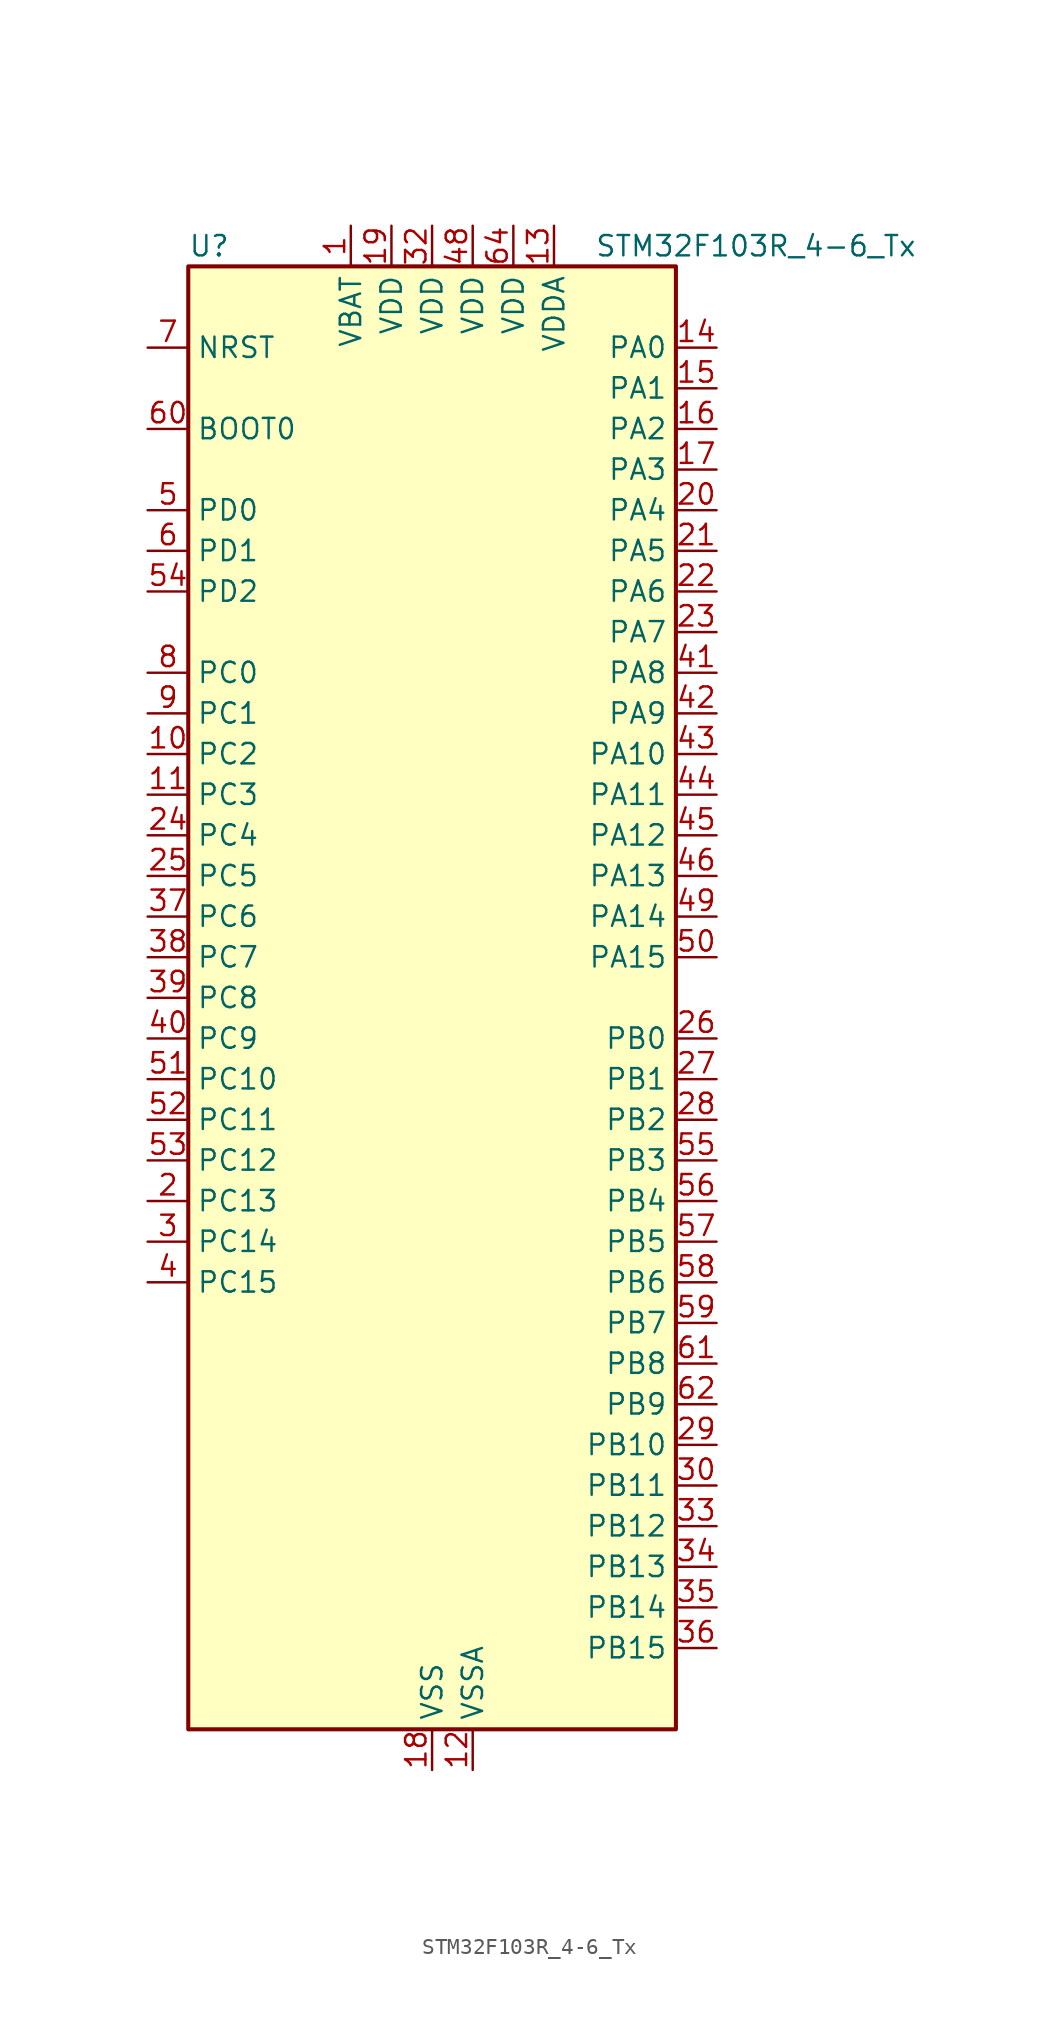
<source format=kicad_sym>
(kicad_symbol_lib
  (version 20241209)
  (generator "kicad_symbol_editor")
  (generator_version "9.0")
  (symbol "STM32F103R_4-6_Tx"
    (property "Reference" "U"
      (at -15.24 46.99 0)
      (effects (font (size 1.27 1.27)) (justify left)))
    (property "Value" "STM32F103R_4-6_Tx"
      (at 10.16 46.99 0)
      (effects (font (size 1.27 1.27)) (justify left)))
    (symbol "STM32F103R_4-6_Tx_0_1"
      (rectangle (start -15.24 -45.72) (end 15.24 45.72) (stroke (width 0.254) (type default)) (fill (type background))))
    (symbol "STM32F103R_4-6_Tx_1_1"
      (pin input line (at -17.78 40.64 0) (length 2.54) (name "NRST" (effects (font (size 1.27 1.27)))) (number "7" (effects (font (size 1.27 1.27)))))
      (pin input line (at -17.78 35.56 0) (length 2.54) (name "BOOT0" (effects (font (size 1.27 1.27)))) (number "60" (effects (font (size 1.27 1.27)))))
      (pin bidirectional line (at -17.78 30.48 0) (length 2.54) (name "PD0" (effects (font (size 1.27 1.27)))) (number "5" (effects (font (size 1.27 1.27)))) (alternate "RCC_OSC_IN" bidirectional line))
      (pin bidirectional line (at -17.78 27.94 0) (length 2.54) (name "PD1" (effects (font (size 1.27 1.27)))) (number "6" (effects (font (size 1.27 1.27)))) (alternate "RCC_OSC_OUT" bidirectional line))
      (pin bidirectional line (at -17.78 25.4 0) (length 2.54) (name "PD2" (effects (font (size 1.27 1.27)))) (number "54" (effects (font (size 1.27 1.27)))) (alternate "TIM3_ETR" bidirectional line))
      (pin bidirectional line (at -17.78 20.32 0) (length 2.54) (name "PC0" (effects (font (size 1.27 1.27)))) (number "8" (effects (font (size 1.27 1.27)))) (alternate "ADC1_IN10" bidirectional line) (alternate "ADC2_IN10" bidirectional line))
      (pin bidirectional line (at -17.78 17.78 0) (length 2.54) (name "PC1" (effects (font (size 1.27 1.27)))) (number "9" (effects (font (size 1.27 1.27)))) (alternate "ADC1_IN11" bidirectional line) (alternate "ADC2_IN11" bidirectional line))
      (pin bidirectional line (at -17.78 15.24 0) (length 2.54) (name "PC2" (effects (font (size 1.27 1.27)))) (number "10" (effects (font (size 1.27 1.27)))) (alternate "ADC1_IN12" bidirectional line) (alternate "ADC2_IN12" bidirectional line))
      (pin bidirectional line (at -17.78 12.7 0) (length 2.54) (name "PC3" (effects (font (size 1.27 1.27)))) (number "11" (effects (font (size 1.27 1.27)))) (alternate "ADC1_IN13" bidirectional line) (alternate "ADC2_IN13" bidirectional line))
      (pin bidirectional line (at -17.78 10.16 0) (length 2.54) (name "PC4" (effects (font (size 1.27 1.27)))) (number "24" (effects (font (size 1.27 1.27)))) (alternate "ADC1_IN14" bidirectional line) (alternate "ADC2_IN14" bidirectional line))
      (pin bidirectional line (at -17.78 7.62 0) (length 2.54) (name "PC5" (effects (font (size 1.27 1.27)))) (number "25" (effects (font (size 1.27 1.27)))) (alternate "ADC1_IN15" bidirectional line) (alternate "ADC2_IN15" bidirectional line))
      (pin bidirectional line (at -17.78 5.08 0) (length 2.54) (name "PC6" (effects (font (size 1.27 1.27)))) (number "37" (effects (font (size 1.27 1.27)))) (alternate "TIM3_CH1" bidirectional line))
      (pin bidirectional line (at -17.78 2.54 0) (length 2.54) (name "PC7" (effects (font (size 1.27 1.27)))) (number "38" (effects (font (size 1.27 1.27)))) (alternate "TIM3_CH2" bidirectional line))
      (pin bidirectional line (at -17.78 0 0) (length 2.54) (name "PC8" (effects (font (size 1.27 1.27)))) (number "39" (effects (font (size 1.27 1.27)))) (alternate "TIM3_CH3" bidirectional line))
      (pin bidirectional line (at -17.78 -2.54 0) (length 2.54) (name "PC9" (effects (font (size 1.27 1.27)))) (number "40" (effects (font (size 1.27 1.27)))) (alternate "TIM3_CH4" bidirectional line))
      (pin bidirectional line (at -17.78 -5.08 0) (length 2.54) (name "PC10" (effects (font (size 1.27 1.27)))) (number "51" (effects (font (size 1.27 1.27)))))
      (pin bidirectional line (at -17.78 -7.62 0) (length 2.54) (name "PC11" (effects (font (size 1.27 1.27)))) (number "52" (effects (font (size 1.27 1.27)))) (alternate "ADC1_EXTI11" bidirectional line) (alternate "ADC2_EXTI11" bidirectional line))
      (pin bidirectional line (at -17.78 -10.16 0) (length 2.54) (name "PC12" (effects (font (size 1.27 1.27)))) (number "53" (effects (font (size 1.27 1.27)))))
      (pin bidirectional line (at -17.78 -12.7 0) (length 2.54) (name "PC13" (effects (font (size 1.27 1.27)))) (number "2" (effects (font (size 1.27 1.27)))) (alternate "RTC_OUT" bidirectional line) (alternate "RTC_TAMPER" bidirectional line))
      (pin bidirectional line (at -17.78 -15.24 0) (length 2.54) (name "PC14" (effects (font (size 1.27 1.27)))) (number "3" (effects (font (size 1.27 1.27)))) (alternate "RCC_OSC32_IN" bidirectional line))
      (pin bidirectional line (at -17.78 -17.78 0) (length 2.54) (name "PC15" (effects (font (size 1.27 1.27)))) (number "4" (effects (font (size 1.27 1.27)))) (alternate "ADC1_EXTI15" bidirectional line) (alternate "ADC2_EXTI15" bidirectional line) (alternate "RCC_OSC32_OUT" bidirectional line))
      (pin power_in line (at -5.08 48.26 270) (length 2.54) (name "VBAT" (effects (font (size 1.27 1.27)))) (number "1" (effects (font (size 1.27 1.27)))))
      (pin power_in line (at -2.54 48.26 270) (length 2.54) (name "VDD" (effects (font (size 1.27 1.27)))) (number "19" (effects (font (size 1.27 1.27)))))
      (pin power_in line (at 0 48.26 270) (length 2.54) (name "VDD" (effects (font (size 1.27 1.27)))) (number "32" (effects (font (size 1.27 1.27)))))
      (pin power_in line (at 0 -48.26 90) (length 2.54) (name "VSS" (effects (font (size 1.27 1.27)))) (number "18" (effects (font (size 1.27 1.27)))))
      (pin passive line (at 0 -48.26 90) (length 2.54) (hide yes) (name "VSS" (effects (font (size 1.27 1.27)))) (number "31" (effects (font (size 1.27 1.27)))))
      (pin passive line (at 0 -48.26 90) (length 2.54) (hide yes) (name "VSS" (effects (font (size 1.27 1.27)))) (number "47" (effects (font (size 1.27 1.27)))))
      (pin passive line (at 0 -48.26 90) (length 2.54) (hide yes) (name "VSS" (effects (font (size 1.27 1.27)))) (number "63" (effects (font (size 1.27 1.27)))))
      (pin power_in line (at 2.54 48.26 270) (length 2.54) (name "VDD" (effects (font (size 1.27 1.27)))) (number "48" (effects (font (size 1.27 1.27)))))
      (pin power_in line (at 2.54 -48.26 90) (length 2.54) (name "VSSA" (effects (font (size 1.27 1.27)))) (number "12" (effects (font (size 1.27 1.27)))))
      (pin power_in line (at 5.08 48.26 270) (length 2.54) (name "VDD" (effects (font (size 1.27 1.27)))) (number "64" (effects (font (size 1.27 1.27)))))
      (pin power_in line (at 7.62 48.26 270) (length 2.54) (name "VDDA" (effects (font (size 1.27 1.27)))) (number "13" (effects (font (size 1.27 1.27)))))
      (pin bidirectional line (at 17.78 40.64 180) (length 2.54) (name "PA0" (effects (font (size 1.27 1.27)))) (number "14" (effects (font (size 1.27 1.27)))) (alternate "ADC1_IN0" bidirectional line) (alternate "ADC2_IN0" bidirectional line) (alternate "SYS_WKUP" bidirectional line) (alternate "TIM2_CH1" bidirectional line) (alternate "TIM2_ETR" bidirectional line) (alternate "USART2_CTS" bidirectional line))
      (pin bidirectional line (at 17.78 38.1 180) (length 2.54) (name "PA1" (effects (font (size 1.27 1.27)))) (number "15" (effects (font (size 1.27 1.27)))) (alternate "ADC1_IN1" bidirectional line) (alternate "ADC2_IN1" bidirectional line) (alternate "TIM2_CH2" bidirectional line) (alternate "USART2_RTS" bidirectional line))
      (pin bidirectional line (at 17.78 35.56 180) (length 2.54) (name "PA2" (effects (font (size 1.27 1.27)))) (number "16" (effects (font (size 1.27 1.27)))) (alternate "ADC1_IN2" bidirectional line) (alternate "ADC2_IN2" bidirectional line) (alternate "TIM2_CH3" bidirectional line) (alternate "USART2_TX" bidirectional line))
      (pin bidirectional line (at 17.78 33.02 180) (length 2.54) (name "PA3" (effects (font (size 1.27 1.27)))) (number "17" (effects (font (size 1.27 1.27)))) (alternate "ADC1_IN3" bidirectional line) (alternate "ADC2_IN3" bidirectional line) (alternate "TIM2_CH4" bidirectional line) (alternate "USART2_RX" bidirectional line))
      (pin bidirectional line (at 17.78 30.48 180) (length 2.54) (name "PA4" (effects (font (size 1.27 1.27)))) (number "20" (effects (font (size 1.27 1.27)))) (alternate "ADC1_IN4" bidirectional line) (alternate "ADC2_IN4" bidirectional line) (alternate "SPI1_NSS" bidirectional line) (alternate "USART2_CK" bidirectional line))
      (pin bidirectional line (at 17.78 27.94 180) (length 2.54) (name "PA5" (effects (font (size 1.27 1.27)))) (number "21" (effects (font (size 1.27 1.27)))) (alternate "ADC1_IN5" bidirectional line) (alternate "ADC2_IN5" bidirectional line) (alternate "SPI1_SCK" bidirectional line))
      (pin bidirectional line (at 17.78 25.4 180) (length 2.54) (name "PA6" (effects (font (size 1.27 1.27)))) (number "22" (effects (font (size 1.27 1.27)))) (alternate "ADC1_IN6" bidirectional line) (alternate "ADC2_IN6" bidirectional line) (alternate "SPI1_MISO" bidirectional line) (alternate "TIM1_BKIN" bidirectional line) (alternate "TIM3_CH1" bidirectional line))
      (pin bidirectional line (at 17.78 22.86 180) (length 2.54) (name "PA7" (effects (font (size 1.27 1.27)))) (number "23" (effects (font (size 1.27 1.27)))) (alternate "ADC1_IN7" bidirectional line) (alternate "ADC2_IN7" bidirectional line) (alternate "SPI1_MOSI" bidirectional line) (alternate "TIM1_CH1N" bidirectional line) (alternate "TIM3_CH2" bidirectional line))
      (pin bidirectional line (at 17.78 20.32 180) (length 2.54) (name "PA8" (effects (font (size 1.27 1.27)))) (number "41" (effects (font (size 1.27 1.27)))) (alternate "RCC_MCO" bidirectional line) (alternate "TIM1_CH1" bidirectional line) (alternate "USART1_CK" bidirectional line))
      (pin bidirectional line (at 17.78 17.78 180) (length 2.54) (name "PA9" (effects (font (size 1.27 1.27)))) (number "42" (effects (font (size 1.27 1.27)))) (alternate "TIM1_CH2" bidirectional line) (alternate "USART1_TX" bidirectional line))
      (pin bidirectional line (at 17.78 15.24 180) (length 2.54) (name "PA10" (effects (font (size 1.27 1.27)))) (number "43" (effects (font (size 1.27 1.27)))) (alternate "TIM1_CH3" bidirectional line) (alternate "USART1_RX" bidirectional line))
      (pin bidirectional line (at 17.78 12.7 180) (length 2.54) (name "PA11" (effects (font (size 1.27 1.27)))) (number "44" (effects (font (size 1.27 1.27)))) (alternate "ADC1_EXTI11" bidirectional line) (alternate "ADC2_EXTI11" bidirectional line) (alternate "CAN_RX" bidirectional line) (alternate "TIM1_CH4" bidirectional line) (alternate "USART1_CTS" bidirectional line) (alternate "USB_DM" bidirectional line))
      (pin bidirectional line (at 17.78 10.16 180) (length 2.54) (name "PA12" (effects (font (size 1.27 1.27)))) (number "45" (effects (font (size 1.27 1.27)))) (alternate "CAN_TX" bidirectional line) (alternate "TIM1_ETR" bidirectional line) (alternate "USART1_RTS" bidirectional line) (alternate "USB_DP" bidirectional line))
      (pin bidirectional line (at 17.78 7.62 180) (length 2.54) (name "PA13" (effects (font (size 1.27 1.27)))) (number "46" (effects (font (size 1.27 1.27)))) (alternate "SYS_JTMS-SWDIO" bidirectional line))
      (pin bidirectional line (at 17.78 5.08 180) (length 2.54) (name "PA14" (effects (font (size 1.27 1.27)))) (number "49" (effects (font (size 1.27 1.27)))) (alternate "SYS_JTCK-SWCLK" bidirectional line))
      (pin bidirectional line (at 17.78 2.54 180) (length 2.54) (name "PA15" (effects (font (size 1.27 1.27)))) (number "50" (effects (font (size 1.27 1.27)))) (alternate "ADC1_EXTI15" bidirectional line) (alternate "ADC2_EXTI15" bidirectional line) (alternate "SPI1_NSS" bidirectional line) (alternate "SYS_JTDI" bidirectional line) (alternate "TIM2_CH1" bidirectional line) (alternate "TIM2_ETR" bidirectional line))
      (pin bidirectional line (at 17.78 -2.54 180) (length 2.54) (name "PB0" (effects (font (size 1.27 1.27)))) (number "26" (effects (font (size 1.27 1.27)))) (alternate "ADC1_IN8" bidirectional line) (alternate "ADC2_IN8" bidirectional line) (alternate "TIM1_CH2N" bidirectional line) (alternate "TIM3_CH3" bidirectional line))
      (pin bidirectional line (at 17.78 -5.08 180) (length 2.54) (name "PB1" (effects (font (size 1.27 1.27)))) (number "27" (effects (font (size 1.27 1.27)))) (alternate "ADC1_IN9" bidirectional line) (alternate "ADC2_IN9" bidirectional line) (alternate "TIM1_CH3N" bidirectional line) (alternate "TIM3_CH4" bidirectional line))
      (pin bidirectional line (at 17.78 -7.62 180) (length 2.54) (name "PB2" (effects (font (size 1.27 1.27)))) (number "28" (effects (font (size 1.27 1.27)))))
      (pin bidirectional line (at 17.78 -10.16 180) (length 2.54) (name "PB3" (effects (font (size 1.27 1.27)))) (number "55" (effects (font (size 1.27 1.27)))) (alternate "SPI1_SCK" bidirectional line) (alternate "SYS_JTDO-TRACESWO" bidirectional line) (alternate "TIM2_CH2" bidirectional line))
      (pin bidirectional line (at 17.78 -12.7 180) (length 2.54) (name "PB4" (effects (font (size 1.27 1.27)))) (number "56" (effects (font (size 1.27 1.27)))) (alternate "SPI1_MISO" bidirectional line) (alternate "SYS_NJTRST" bidirectional line) (alternate "TIM3_CH1" bidirectional line))
      (pin bidirectional line (at 17.78 -15.24 180) (length 2.54) (name "PB5" (effects (font (size 1.27 1.27)))) (number "57" (effects (font (size 1.27 1.27)))) (alternate "I2C1_SMBA" bidirectional line) (alternate "SPI1_MOSI" bidirectional line) (alternate "TIM3_CH2" bidirectional line))
      (pin bidirectional line (at 17.78 -17.78 180) (length 2.54) (name "PB6" (effects (font (size 1.27 1.27)))) (number "58" (effects (font (size 1.27 1.27)))) (alternate "I2C1_SCL" bidirectional line) (alternate "USART1_TX" bidirectional line))
      (pin bidirectional line (at 17.78 -20.32 180) (length 2.54) (name "PB7" (effects (font (size 1.27 1.27)))) (number "59" (effects (font (size 1.27 1.27)))) (alternate "I2C1_SDA" bidirectional line) (alternate "USART1_RX" bidirectional line))
      (pin bidirectional line (at 17.78 -22.86 180) (length 2.54) (name "PB8" (effects (font (size 1.27 1.27)))) (number "61" (effects (font (size 1.27 1.27)))) (alternate "CAN_RX" bidirectional line) (alternate "I2C1_SCL" bidirectional line))
      (pin bidirectional line (at 17.78 -25.4 180) (length 2.54) (name "PB9" (effects (font (size 1.27 1.27)))) (number "62" (effects (font (size 1.27 1.27)))) (alternate "CAN_TX" bidirectional line) (alternate "I2C1_SDA" bidirectional line))
      (pin bidirectional line (at 17.78 -27.94 180) (length 2.54) (name "PB10" (effects (font (size 1.27 1.27)))) (number "29" (effects (font (size 1.27 1.27)))) (alternate "TIM2_CH3" bidirectional line))
      (pin bidirectional line (at 17.78 -30.48 180) (length 2.54) (name "PB11" (effects (font (size 1.27 1.27)))) (number "30" (effects (font (size 1.27 1.27)))) (alternate "ADC1_EXTI11" bidirectional line) (alternate "ADC2_EXTI11" bidirectional line) (alternate "TIM2_CH4" bidirectional line))
      (pin bidirectional line (at 17.78 -33.02 180) (length 2.54) (name "PB12" (effects (font (size 1.27 1.27)))) (number "33" (effects (font (size 1.27 1.27)))) (alternate "TIM1_BKIN" bidirectional line))
      (pin bidirectional line (at 17.78 -35.56 180) (length 2.54) (name "PB13" (effects (font (size 1.27 1.27)))) (number "34" (effects (font (size 1.27 1.27)))) (alternate "TIM1_CH1N" bidirectional line))
      (pin bidirectional line (at 17.78 -38.1 180) (length 2.54) (name "PB14" (effects (font (size 1.27 1.27)))) (number "35" (effects (font (size 1.27 1.27)))) (alternate "TIM1_CH2N" bidirectional line))
      (pin bidirectional line (at 17.78 -40.64 180) (length 2.54) (name "PB15" (effects (font (size 1.27 1.27)))) (number "36" (effects (font (size 1.27 1.27)))) (alternate "ADC1_EXTI15" bidirectional line) (alternate "ADC2_EXTI15" bidirectional line) (alternate "TIM1_CH3N" bidirectional line)))))
</source>
